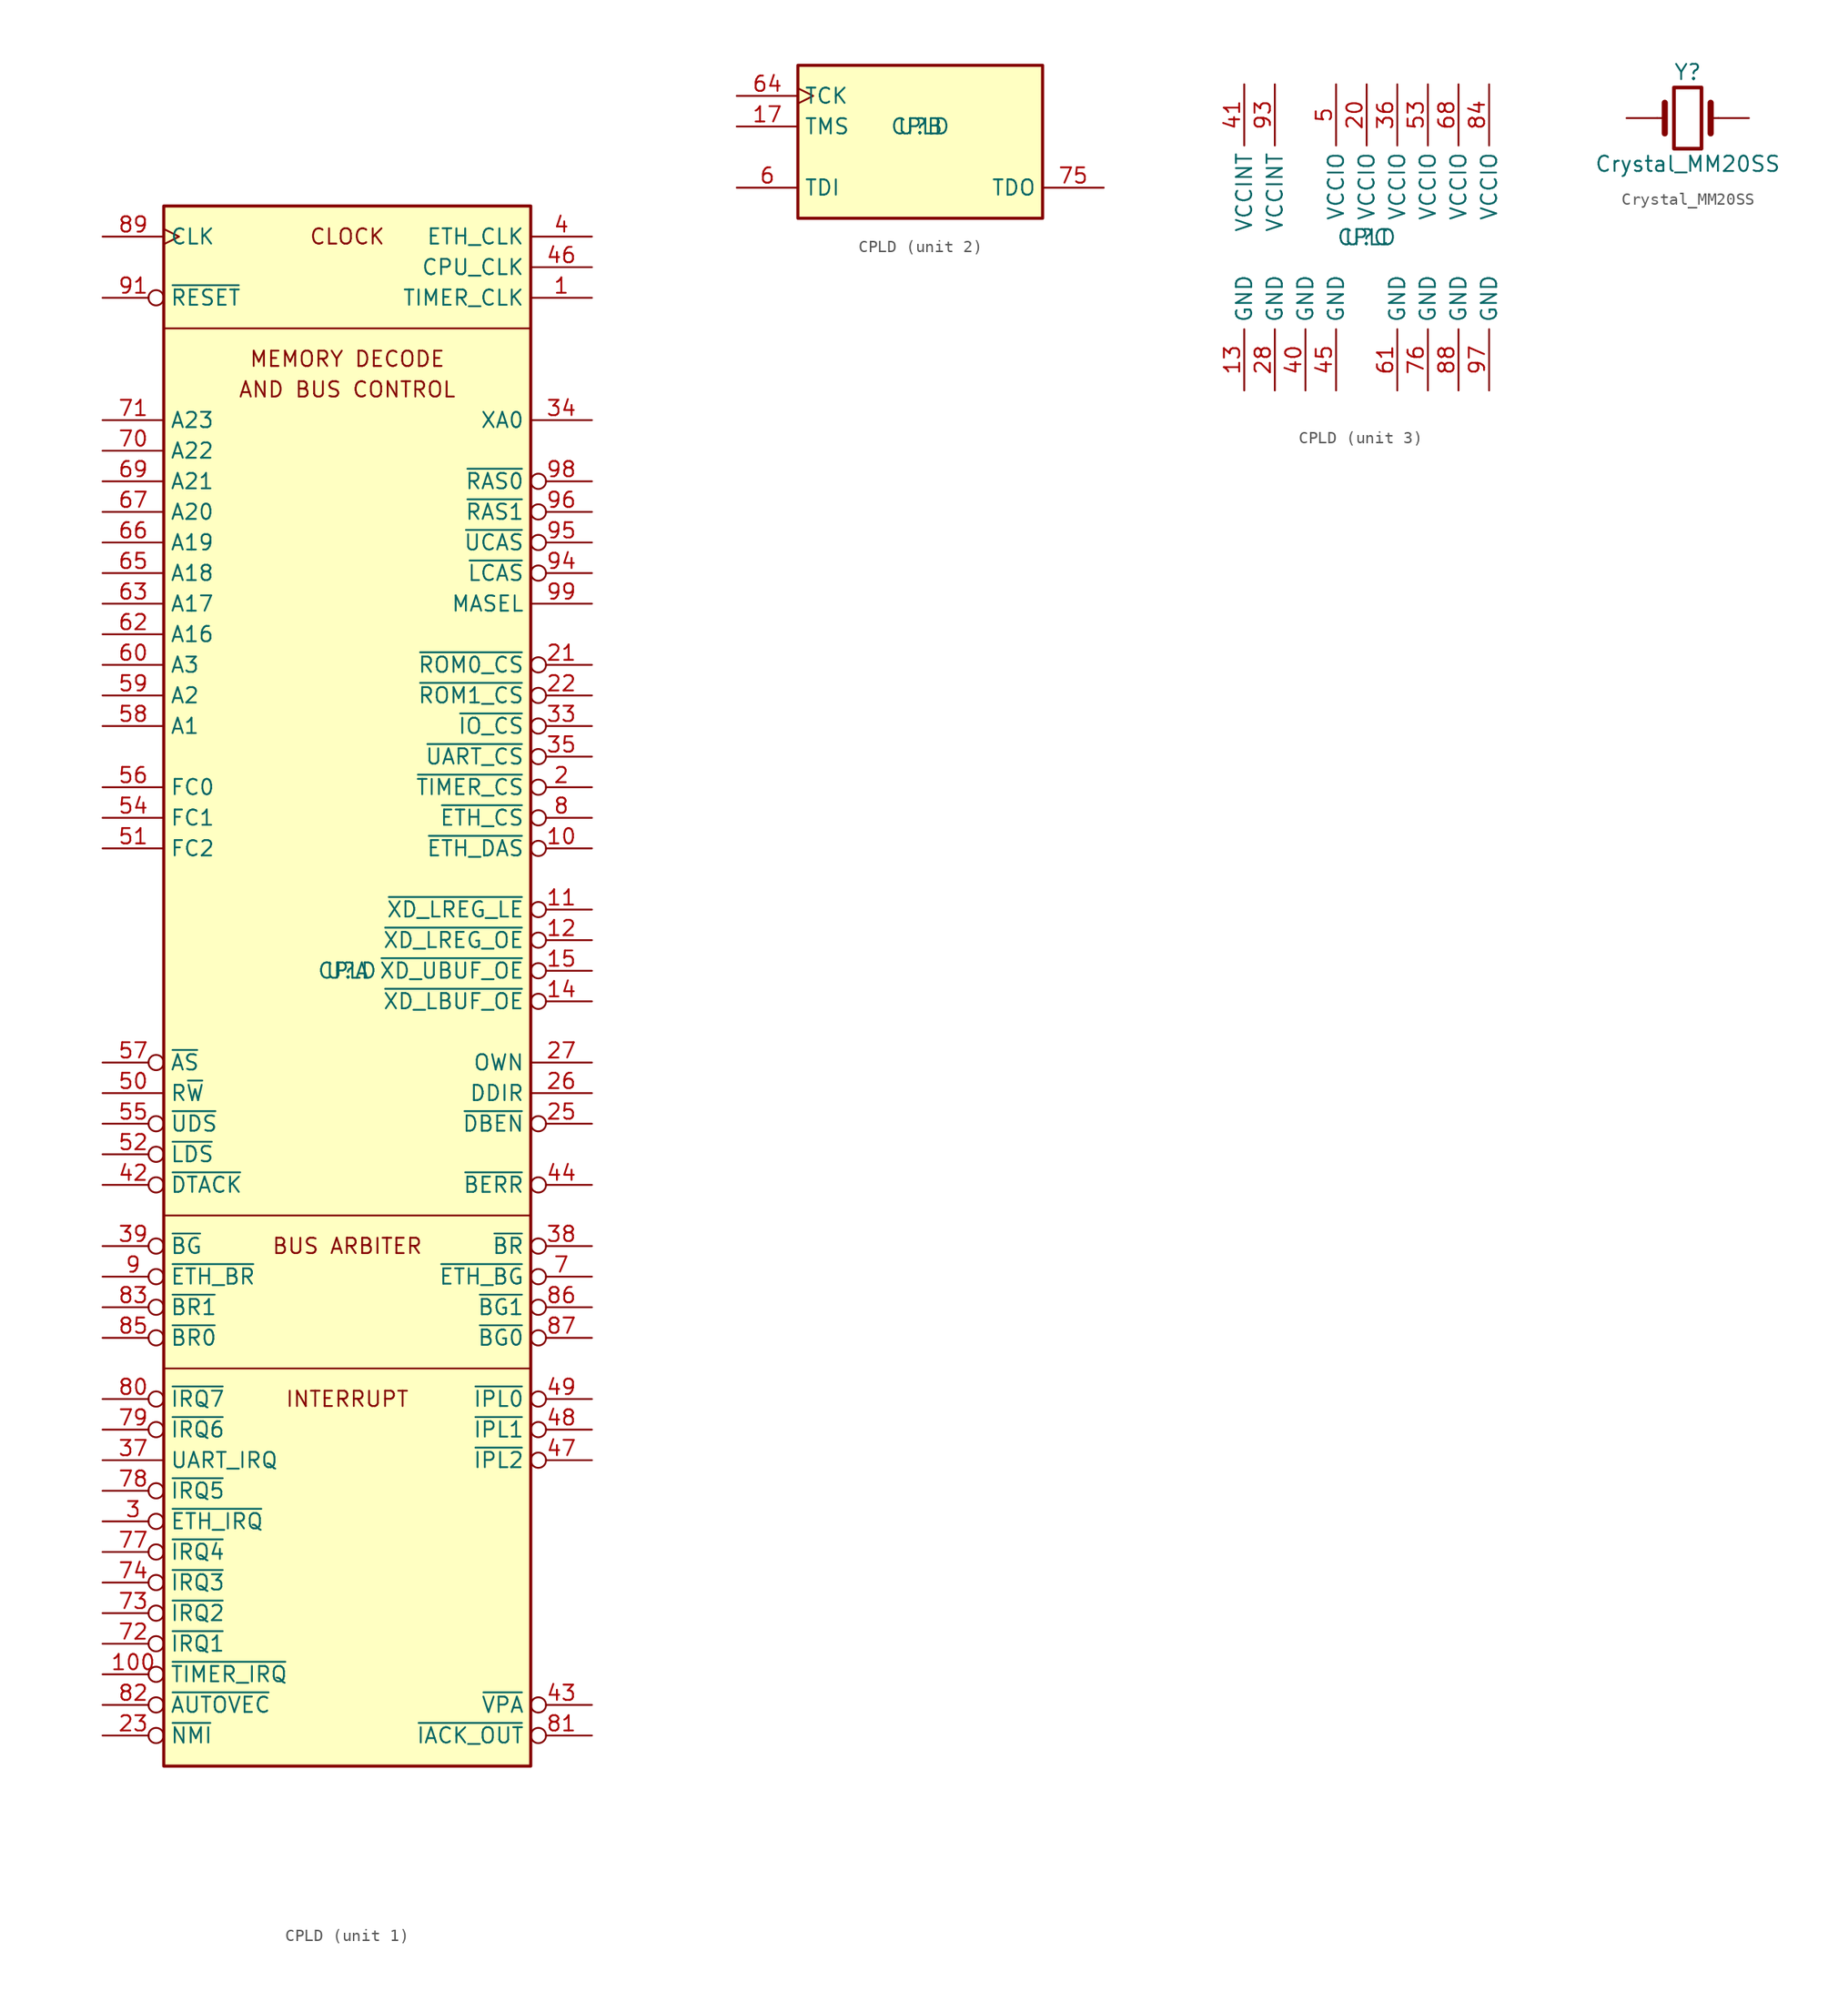
<source format=kicad_sym>
(kicad_symbol_lib
  (version 20211014)
  (generator kicad_symbol_editor)
  (symbol "CPLD"
    (property "Reference" "U"
      (at 0 0 0)
      (effects (font (size 1.27 1.27))))
    (property "Value" "CPLD"
      (at 0 0 0)
      (effects (font (size 1.27 1.27))))
    (property "ki_locked" ""
      (at 0 0 0)
      (effects (font (size 1.27 1.27))))
    (symbol "CPLD_1_0"
      (text "AND BUS CONTROL" (at 0 48.26 0) (effects (font (size 1.27 1.27))))
      (text "BUS ARBITER" (at 0 -22.86 0) (effects (font (size 1.27 1.27))))
      (text "CLOCK" (at 0 60.96 0) (effects (font (size 1.27 1.27))))
      (text "INTERRUPT" (at 0 -35.56 0) (effects (font (size 1.27 1.27))))
      (text "MEMORY DECODE" (at 0 50.8 0) (effects (font (size 1.27 1.27)))))
    (symbol "CPLD_1_1"
      (rectangle (start -15.24 63.5) (end 15.24 -66.04) (stroke (width 0.254) (type default) (color 0 0 0 0)) (fill (type background)))
      (polyline (pts (xy -15.24 -33.02) (xy 15.24 -33.02)) (stroke (width 0) (type default) (color 0 0 0 0)) (fill (type none)))
      (polyline (pts (xy -15.24 -20.32) (xy 15.24 -20.32)) (stroke (width 0) (type default) (color 0 0 0 0)) (fill (type none)))
      (polyline (pts (xy -15.24 53.34) (xy 15.24 53.34)) (stroke (width 0) (type default) (color 0 0 0 0)) (fill (type none)))
      (pin output line (at 20.32 55.88 180) (length 5.08) (name "TIMER_CLK" (effects (font (size 1.27 1.27)))) (number "1" (effects (font (size 1.27 1.27)))))
      (pin open_collector inverted (at 20.32 10.16 180) (length 5.08) (name "~{ETH_DAS}" (effects (font (size 1.27 1.27)))) (number "10" (effects (font (size 1.27 1.27)))))
      (pin input inverted (at -20.32 -58.42 0) (length 5.08) (name "~{TIMER_IRQ}" (effects (font (size 1.27 1.27)))) (number "100" (effects (font (size 1.27 1.27)))))
      (pin output inverted (at 20.32 5.08 180) (length 5.08) (name "~{XD_LREG_LE}" (effects (font (size 1.27 1.27)))) (number "11" (effects (font (size 1.27 1.27)))))
      (pin output inverted (at 20.32 2.54 180) (length 5.08) (name "~{XD_LREG_OE}" (effects (font (size 1.27 1.27)))) (number "12" (effects (font (size 1.27 1.27)))))
      (pin output inverted (at 20.32 -2.54 180) (length 5.08) (name "~{XD_LBUF_OE}" (effects (font (size 1.27 1.27)))) (number "14" (effects (font (size 1.27 1.27)))))
      (pin output inverted (at 20.32 0 180) (length 5.08) (name "~{XD_UBUF_OE}" (effects (font (size 1.27 1.27)))) (number "15" (effects (font (size 1.27 1.27)))))
      (pin output inverted (at 20.32 15.24 180) (length 5.08) (name "~{TIMER_CS}" (effects (font (size 1.27 1.27)))) (number "2" (effects (font (size 1.27 1.27)))))
      (pin output inverted (at 20.32 25.4 180) (length 5.08) (name "~{ROM0_CS}" (effects (font (size 1.27 1.27)))) (number "21" (effects (font (size 1.27 1.27)))))
      (pin output inverted (at 20.32 22.86 180) (length 5.08) (name "~{ROM1_CS}" (effects (font (size 1.27 1.27)))) (number "22" (effects (font (size 1.27 1.27)))))
      (pin input inverted (at -20.32 -63.5 0) (length 5.08) (name "~{NMI}" (effects (font (size 1.27 1.27)))) (number "23" (effects (font (size 1.27 1.27)))))
      (pin output inverted (at 20.32 -12.7 180) (length 5.08) (name "~{DBEN}" (effects (font (size 1.27 1.27)))) (number "25" (effects (font (size 1.27 1.27)))))
      (pin output line (at 20.32 -10.16 180) (length 5.08) (name "DDIR" (effects (font (size 1.27 1.27)))) (number "26" (effects (font (size 1.27 1.27)))))
      (pin output line (at 20.32 -7.62 180) (length 5.08) (name "OWN" (effects (font (size 1.27 1.27)))) (number "27" (effects (font (size 1.27 1.27)))))
      (pin input inverted (at -20.32 -45.72 0) (length 5.08) (name "~{ETH_IRQ}" (effects (font (size 1.27 1.27)))) (number "3" (effects (font (size 1.27 1.27)))))
      (pin output inverted (at 20.32 20.32 180) (length 5.08) (name "~{IO_CS}" (effects (font (size 1.27 1.27)))) (number "33" (effects (font (size 1.27 1.27)))))
      (pin output line (at 20.32 45.72 180) (length 5.08) (name "XA0" (effects (font (size 1.27 1.27)))) (number "34" (effects (font (size 1.27 1.27)))))
      (pin output inverted (at 20.32 17.78 180) (length 5.08) (name "~{UART_CS}" (effects (font (size 1.27 1.27)))) (number "35" (effects (font (size 1.27 1.27)))))
      (pin input line (at -20.32 -40.64 0) (length 5.08) (name "UART_IRQ" (effects (font (size 1.27 1.27)))) (number "37" (effects (font (size 1.27 1.27)))))
      (pin output inverted (at 20.32 -22.86 180) (length 5.08) (name "~{BR}" (effects (font (size 1.27 1.27)))) (number "38" (effects (font (size 1.27 1.27)))))
      (pin input inverted (at -20.32 -22.86 0) (length 5.08) (name "~{BG}" (effects (font (size 1.27 1.27)))) (number "39" (effects (font (size 1.27 1.27)))))
      (pin output line (at 20.32 60.96 180) (length 5.08) (name "ETH_CLK" (effects (font (size 1.27 1.27)))) (number "4" (effects (font (size 1.27 1.27)))))
      (pin bidirectional inverted (at -20.32 -17.78 0) (length 5.08) (name "~{DTACK}" (effects (font (size 1.27 1.27)))) (number "42" (effects (font (size 1.27 1.27)))))
      (pin output inverted (at 20.32 -60.96 180) (length 5.08) (name "~{VPA}" (effects (font (size 1.27 1.27)))) (number "43" (effects (font (size 1.27 1.27)))))
      (pin output inverted (at 20.32 -17.78 180) (length 5.08) (name "~{BERR}" (effects (font (size 1.27 1.27)))) (number "44" (effects (font (size 1.27 1.27)))))
      (pin output line (at 20.32 58.42 180) (length 5.08) (name "CPU_CLK" (effects (font (size 1.27 1.27)))) (number "46" (effects (font (size 1.27 1.27)))))
      (pin output inverted (at 20.32 -40.64 180) (length 5.08) (name "~{IPL2}" (effects (font (size 1.27 1.27)))) (number "47" (effects (font (size 1.27 1.27)))))
      (pin output inverted (at 20.32 -38.1 180) (length 5.08) (name "~{IPL1}" (effects (font (size 1.27 1.27)))) (number "48" (effects (font (size 1.27 1.27)))))
      (pin output inverted (at 20.32 -35.56 180) (length 5.08) (name "~{IPL0}" (effects (font (size 1.27 1.27)))) (number "49" (effects (font (size 1.27 1.27)))))
      (pin input line (at -20.32 -10.16 0) (length 5.08) (name "R~{W}" (effects (font (size 1.27 1.27)))) (number "50" (effects (font (size 1.27 1.27)))))
      (pin input line (at -20.32 10.16 0) (length 5.08) (name "FC2" (effects (font (size 1.27 1.27)))) (number "51" (effects (font (size 1.27 1.27)))))
      (pin input inverted (at -20.32 -15.24 0) (length 5.08) (name "~{LDS}" (effects (font (size 1.27 1.27)))) (number "52" (effects (font (size 1.27 1.27)))))
      (pin input line (at -20.32 12.7 0) (length 5.08) (name "FC1" (effects (font (size 1.27 1.27)))) (number "54" (effects (font (size 1.27 1.27)))))
      (pin input inverted (at -20.32 -12.7 0) (length 5.08) (name "~{UDS}" (effects (font (size 1.27 1.27)))) (number "55" (effects (font (size 1.27 1.27)))))
      (pin input line (at -20.32 15.24 0) (length 5.08) (name "FC0" (effects (font (size 1.27 1.27)))) (number "56" (effects (font (size 1.27 1.27)))))
      (pin input inverted (at -20.32 -7.62 0) (length 5.08) (name "~{AS}" (effects (font (size 1.27 1.27)))) (number "57" (effects (font (size 1.27 1.27)))))
      (pin input line (at -20.32 20.32 0) (length 5.08) (name "A1" (effects (font (size 1.27 1.27)))) (number "58" (effects (font (size 1.27 1.27)))))
      (pin input line (at -20.32 22.86 0) (length 5.08) (name "A2" (effects (font (size 1.27 1.27)))) (number "59" (effects (font (size 1.27 1.27)))))
      (pin input line (at -20.32 25.4 0) (length 5.08) (name "A3" (effects (font (size 1.27 1.27)))) (number "60" (effects (font (size 1.27 1.27)))))
      (pin input line (at -20.32 27.94 0) (length 5.08) (name "A16" (effects (font (size 1.27 1.27)))) (number "62" (effects (font (size 1.27 1.27)))))
      (pin input line (at -20.32 30.48 0) (length 5.08) (name "A17" (effects (font (size 1.27 1.27)))) (number "63" (effects (font (size 1.27 1.27)))))
      (pin input line (at -20.32 33.02 0) (length 5.08) (name "A18" (effects (font (size 1.27 1.27)))) (number "65" (effects (font (size 1.27 1.27)))))
      (pin input line (at -20.32 35.56 0) (length 5.08) (name "A19" (effects (font (size 1.27 1.27)))) (number "66" (effects (font (size 1.27 1.27)))))
      (pin input line (at -20.32 38.1 0) (length 5.08) (name "A20" (effects (font (size 1.27 1.27)))) (number "67" (effects (font (size 1.27 1.27)))))
      (pin input line (at -20.32 40.64 0) (length 5.08) (name "A21" (effects (font (size 1.27 1.27)))) (number "69" (effects (font (size 1.27 1.27)))))
      (pin output inverted (at 20.32 -25.4 180) (length 5.08) (name "~{ETH_BG}" (effects (font (size 1.27 1.27)))) (number "7" (effects (font (size 1.27 1.27)))))
      (pin input line (at -20.32 43.18 0) (length 5.08) (name "A22" (effects (font (size 1.27 1.27)))) (number "70" (effects (font (size 1.27 1.27)))))
      (pin input line (at -20.32 45.72 0) (length 5.08) (name "A23" (effects (font (size 1.27 1.27)))) (number "71" (effects (font (size 1.27 1.27)))))
      (pin input inverted (at -20.32 -55.88 0) (length 5.08) (name "~{IRQ1}" (effects (font (size 1.27 1.27)))) (number "72" (effects (font (size 1.27 1.27)))))
      (pin input inverted (at -20.32 -53.34 0) (length 5.08) (name "~{IRQ2}" (effects (font (size 1.27 1.27)))) (number "73" (effects (font (size 1.27 1.27)))))
      (pin input inverted (at -20.32 -50.8 0) (length 5.08) (name "~{IRQ3}" (effects (font (size 1.27 1.27)))) (number "74" (effects (font (size 1.27 1.27)))))
      (pin input inverted (at -20.32 -48.26 0) (length 5.08) (name "~{IRQ4}" (effects (font (size 1.27 1.27)))) (number "77" (effects (font (size 1.27 1.27)))))
      (pin input inverted (at -20.32 -43.18 0) (length 5.08) (name "~{IRQ5}" (effects (font (size 1.27 1.27)))) (number "78" (effects (font (size 1.27 1.27)))))
      (pin input inverted (at -20.32 -38.1 0) (length 5.08) (name "~{IRQ6}" (effects (font (size 1.27 1.27)))) (number "79" (effects (font (size 1.27 1.27)))))
      (pin output inverted (at 20.32 12.7 180) (length 5.08) (name "~{ETH_CS}" (effects (font (size 1.27 1.27)))) (number "8" (effects (font (size 1.27 1.27)))))
      (pin input inverted (at -20.32 -35.56 0) (length 5.08) (name "~{IRQ7}" (effects (font (size 1.27 1.27)))) (number "80" (effects (font (size 1.27 1.27)))))
      (pin output inverted (at 20.32 -63.5 180) (length 5.08) (name "~{IACK_OUT}" (effects (font (size 1.27 1.27)))) (number "81" (effects (font (size 1.27 1.27)))))
      (pin input inverted (at -20.32 -60.96 0) (length 5.08) (name "~{AUTOVEC}" (effects (font (size 1.27 1.27)))) (number "82" (effects (font (size 1.27 1.27)))))
      (pin input inverted (at -20.32 -27.94 0) (length 5.08) (name "~{BR1}" (effects (font (size 1.27 1.27)))) (number "83" (effects (font (size 1.27 1.27)))))
      (pin input inverted (at -20.32 -30.48 0) (length 5.08) (name "~{BR0}" (effects (font (size 1.27 1.27)))) (number "85" (effects (font (size 1.27 1.27)))))
      (pin output inverted (at 20.32 -27.94 180) (length 5.08) (name "~{BG1}" (effects (font (size 1.27 1.27)))) (number "86" (effects (font (size 1.27 1.27)))))
      (pin output inverted (at 20.32 -30.48 180) (length 5.08) (name "~{BG0}" (effects (font (size 1.27 1.27)))) (number "87" (effects (font (size 1.27 1.27)))))
      (pin input clock (at -20.32 60.96 0) (length 5.08) (name "CLK" (effects (font (size 1.27 1.27)))) (number "89" (effects (font (size 1.27 1.27)))))
      (pin input inverted (at -20.32 -25.4 0) (length 5.08) (name "~{ETH_BR}" (effects (font (size 1.27 1.27)))) (number "9" (effects (font (size 1.27 1.27)))))
      (pin input inverted (at -20.32 55.88 0) (length 5.08) (name "~{RESET}" (effects (font (size 1.27 1.27)))) (number "91" (effects (font (size 1.27 1.27)))))
      (pin output inverted (at 20.32 33.02 180) (length 5.08) (name "~{LCAS}" (effects (font (size 1.27 1.27)))) (number "94" (effects (font (size 1.27 1.27)))))
      (pin output inverted (at 20.32 35.56 180) (length 5.08) (name "~{UCAS}" (effects (font (size 1.27 1.27)))) (number "95" (effects (font (size 1.27 1.27)))))
      (pin output inverted (at 20.32 38.1 180) (length 5.08) (name "~{RAS1}" (effects (font (size 1.27 1.27)))) (number "96" (effects (font (size 1.27 1.27)))))
      (pin output inverted (at 20.32 40.64 180) (length 5.08) (name "~{RAS0}" (effects (font (size 1.27 1.27)))) (number "98" (effects (font (size 1.27 1.27)))))
      (pin output line (at 20.32 30.48 180) (length 5.08) (name "MASEL" (effects (font (size 1.27 1.27)))) (number "99" (effects (font (size 1.27 1.27))))))
    (symbol "CPLD_2_1"
      (rectangle (start -10.16 5.08) (end 10.16 -7.62) (stroke (width 0.254) (type default) (color 0 0 0 0)) (fill (type background)))
      (pin input line (at -15.24 0 0) (length 5.08) (name "TMS" (effects (font (size 1.27 1.27)))) (number "17" (effects (font (size 1.27 1.27)))))
      (pin input line (at -15.24 -5.08 0) (length 5.08) (name "TDI" (effects (font (size 1.27 1.27)))) (number "6" (effects (font (size 1.27 1.27)))))
      (pin input clock (at -15.24 2.54 0) (length 5.08) (name "TCK" (effects (font (size 1.27 1.27)))) (number "64" (effects (font (size 1.27 1.27)))))
      (pin output line (at 15.24 -5.08 180) (length 5.08) (name "TDO" (effects (font (size 1.27 1.27)))) (number "75" (effects (font (size 1.27 1.27))))))
    (symbol "CPLD_3_1"
      (pin power_in line (at -10.16 -12.7 90) (length 5.08) (name "GND" (effects (font (size 1.27 1.27)))) (number "13" (effects (font (size 1.27 1.27)))))
      (pin power_in line (at 0 12.7 270) (length 5.08) (name "VCCIO" (effects (font (size 1.27 1.27)))) (number "20" (effects (font (size 1.27 1.27)))))
      (pin power_in line (at -7.62 -12.7 90) (length 5.08) (name "GND" (effects (font (size 1.27 1.27)))) (number "28" (effects (font (size 1.27 1.27)))))
      (pin power_in line (at 2.54 12.7 270) (length 5.08) (name "VCCIO" (effects (font (size 1.27 1.27)))) (number "36" (effects (font (size 1.27 1.27)))))
      (pin power_in line (at -5.08 -12.7 90) (length 5.08) (name "GND" (effects (font (size 1.27 1.27)))) (number "40" (effects (font (size 1.27 1.27)))))
      (pin power_in line (at -10.16 12.7 270) (length 5.08) (name "VCCINT" (effects (font (size 1.27 1.27)))) (number "41" (effects (font (size 1.27 1.27)))))
      (pin power_in line (at -2.54 -12.7 90) (length 5.08) (name "GND" (effects (font (size 1.27 1.27)))) (number "45" (effects (font (size 1.27 1.27)))))
      (pin power_in line (at -2.54 12.7 270) (length 5.08) (name "VCCIO" (effects (font (size 1.27 1.27)))) (number "5" (effects (font (size 1.27 1.27)))))
      (pin power_in line (at 5.08 12.7 270) (length 5.08) (name "VCCIO" (effects (font (size 1.27 1.27)))) (number "53" (effects (font (size 1.27 1.27)))))
      (pin power_in line (at 2.54 -12.7 90) (length 5.08) (name "GND" (effects (font (size 1.27 1.27)))) (number "61" (effects (font (size 1.27 1.27)))))
      (pin power_in line (at 7.62 12.7 270) (length 5.08) (name "VCCIO" (effects (font (size 1.27 1.27)))) (number "68" (effects (font (size 1.27 1.27)))))
      (pin power_in line (at 5.08 -12.7 90) (length 5.08) (name "GND" (effects (font (size 1.27 1.27)))) (number "76" (effects (font (size 1.27 1.27)))))
      (pin power_in line (at 10.16 12.7 270) (length 5.08) (name "VCCIO" (effects (font (size 1.27 1.27)))) (number "84" (effects (font (size 1.27 1.27)))))
      (pin power_in line (at 7.62 -12.7 90) (length 5.08) (name "GND" (effects (font (size 1.27 1.27)))) (number "88" (effects (font (size 1.27 1.27)))))
      (pin power_in line (at -7.62 12.7 270) (length 5.08) (name "VCCINT" (effects (font (size 1.27 1.27)))) (number "93" (effects (font (size 1.27 1.27)))))
      (pin power_in line (at 10.16 -12.7 90) (length 5.08) (name "GND" (effects (font (size 1.27 1.27)))) (number "97" (effects (font (size 1.27 1.27)))))))
  (symbol "Crystal_MM20SS"
    (pin_numbers hide)
    (pin_names hide)
    (property "Reference" "Y"
      (at 0 3.81 0)
      (effects (font (size 1.27 1.27))))
    (property "Value" "Crystal_MM20SS"
      (at 0 -3.81 0)
      (effects (font (size 1.27 1.27))))
    (symbol "Crystal_MM20SS_0_1"
      (rectangle (start -1.143 2.54) (end 1.143 -2.54) (stroke (width 0.305) (type default) (color 0 0 0 0)) (fill (type none)))
      (polyline (pts (xy -2.54 0) (xy -1.905 0)) (stroke (width 0) (type default) (color 0 0 0 0)) (fill (type none)))
      (polyline (pts (xy -1.905 -1.27) (xy -1.905 1.27)) (stroke (width 0.508) (type default) (color 0 0 0 0)) (fill (type none)))
      (polyline (pts (xy 1.905 -1.27) (xy 1.905 1.27)) (stroke (width 0.508) (type default) (color 0 0 0 0)) (fill (type none)))
      (polyline (pts (xy 2.54 0) (xy 1.905 0)) (stroke (width 0) (type default) (color 0 0 0 0)) (fill (type none))))
    (symbol "Crystal_MM20SS_1_1"
      (pin passive line (at -5.08 0 0) (length 2.54) (name "1" (effects (font (size 1.27 1.27)))) (number "1" (effects (font (size 1.27 1.27)))))
      (pin passive line (at 5.08 0 180) (length 2.54) (name "4" (effects (font (size 1.27 1.27)))) (number "4" (effects (font (size 1.27 1.27))))))))
</source>
